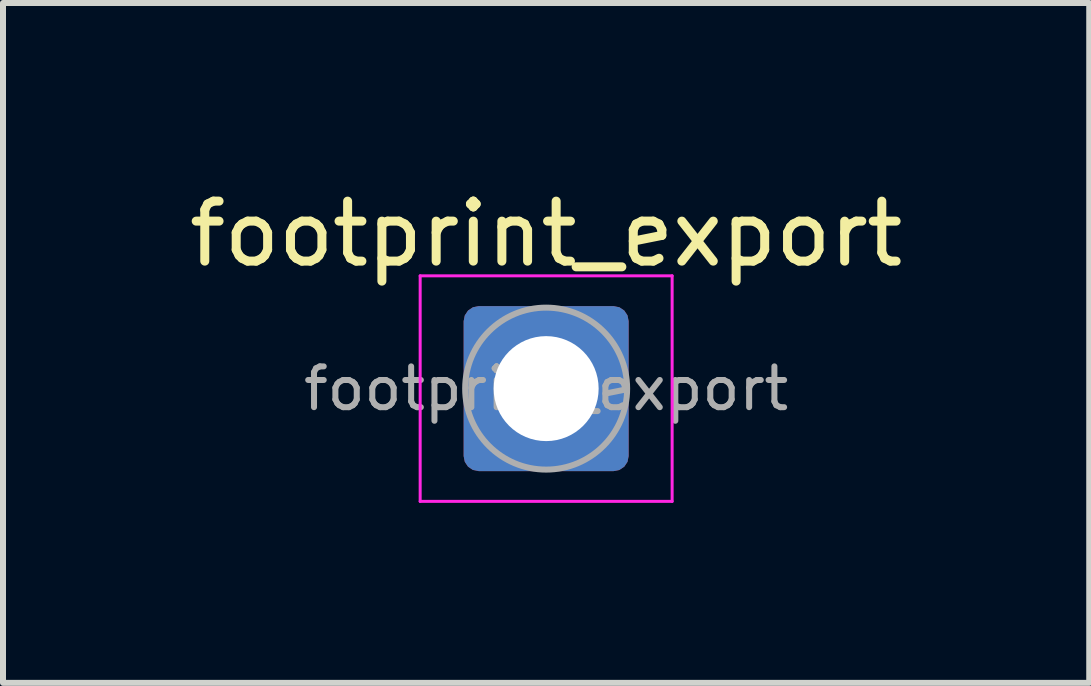
<source format=kicad_pcb>
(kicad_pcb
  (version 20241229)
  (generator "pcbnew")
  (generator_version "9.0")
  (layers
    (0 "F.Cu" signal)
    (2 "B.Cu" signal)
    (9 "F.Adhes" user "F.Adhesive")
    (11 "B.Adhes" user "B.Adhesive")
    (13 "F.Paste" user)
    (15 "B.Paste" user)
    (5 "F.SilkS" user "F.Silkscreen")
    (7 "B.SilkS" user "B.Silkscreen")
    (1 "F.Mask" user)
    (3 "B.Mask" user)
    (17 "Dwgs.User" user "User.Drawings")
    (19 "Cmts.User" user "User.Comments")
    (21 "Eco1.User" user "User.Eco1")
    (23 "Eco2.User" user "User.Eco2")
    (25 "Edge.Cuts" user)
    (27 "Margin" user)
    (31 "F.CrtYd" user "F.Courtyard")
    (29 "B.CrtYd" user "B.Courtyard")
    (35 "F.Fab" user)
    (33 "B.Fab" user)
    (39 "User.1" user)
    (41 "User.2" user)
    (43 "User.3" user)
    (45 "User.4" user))
  (footprint "footprint_export"
    (layer "F.Cu")
    (at 6.054 3.428)
    (property "Reference" "footprint_export" (at 0 -2.58 0) (layer "F.SilkS") (effects (font (size 1 1) (thickness 0.15))))
    (attr exclude_from_pos_files exclude_from_bom)
    (fp_line (start -2.1 -1.88) (end -2.1 1.88) (stroke (width 0.05) (type solid)) (layer "F.CrtYd"))
    (fp_line (start -2.1 1.88) (end 2.1 1.88) (stroke (width 0.05) (type solid)) (layer "F.CrtYd"))
    (fp_line (start 2.1 -1.88) (end -2.1 -1.88) (stroke (width 0.05) (type solid)) (layer "F.CrtYd"))
    (fp_line (start 2.1 1.88) (end 2.1 -1.88) (stroke (width 0.05) (type solid)) (layer "F.CrtYd"))
    (fp_circle (center 0 0) (end 1.35 0) (stroke (width 0.1) (type solid)) (fill no) (layer "F.Fab"))
    (fp_text user "${REFERENCE}" (at 0 0 0) (layer "F.Fab") (effects (font (size 0.68 0.68) (thickness 0.1))))
    (pad "1" thru_hole roundrect (at 0 0) (size 2.75 2.75) (drill 1.75) (layers "*.Cu" "*.Mask") (roundrect_rratio 0.091)))
  (gr_rect
    (start -3 -3)
    (end 15.107 8.333)
    (stroke (width 0.1) (type default))
    (fill no)
    (layer "Edge.Cuts")))
</source>
